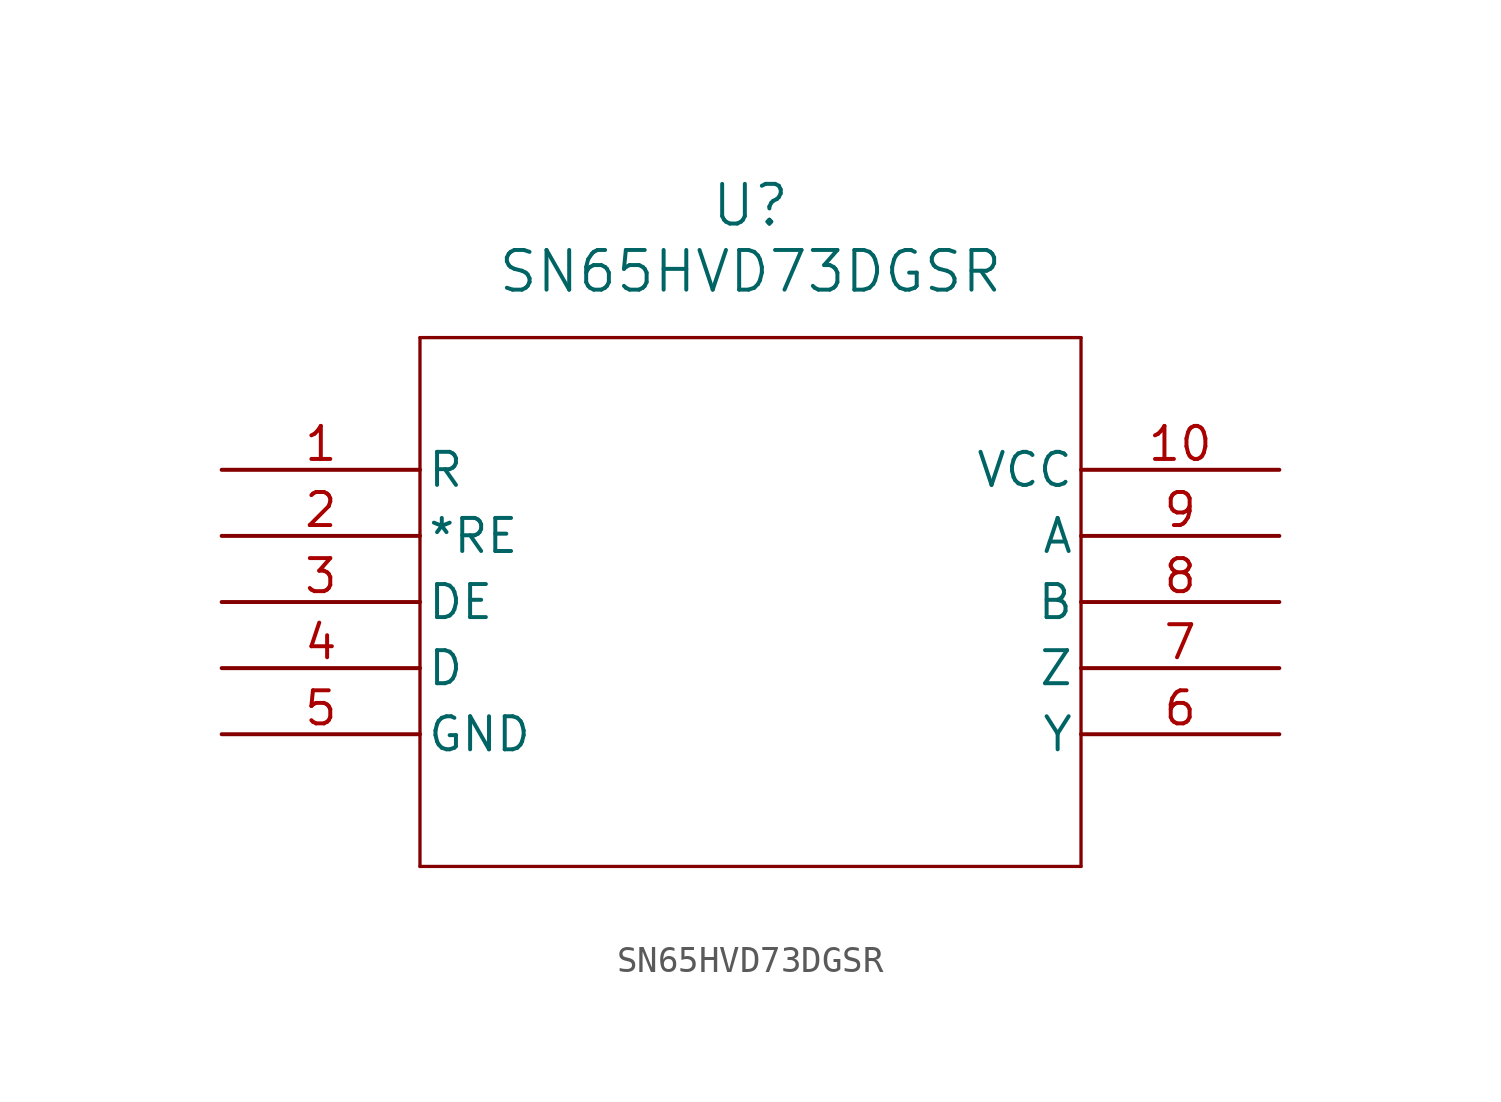
<source format=kicad_sym>
(kicad_symbol_lib
  (version 20211014)
  (generator kicad_symbol_editor)
  (symbol "SN65HVD73DGSR"
    (pin_names
      (offset 0.254))
    (property "Reference" "U"
      (at 20.32 10.16 0)
      (effects (font (size 1.524 1.524))))
    (property "Value" "SN65HVD73DGSR"
      (at 20.32 7.62 0)
      (effects (font (size 1.524 1.524))))
    (symbol "SN65HVD73DGSR_0_1"
      (polyline (pts (xy 7.62 5.08) (xy 7.62 -15.24)) (stroke (width 0.127) (type default) (color 0 0 0 0)) (fill (type none)))
      (polyline (pts (xy 7.62 -15.24) (xy 33.02 -15.24)) (stroke (width 0.127) (type default) (color 0 0 0 0)) (fill (type none)))
      (polyline (pts (xy 33.02 -15.24) (xy 33.02 5.08)) (stroke (width 0.127) (type default) (color 0 0 0 0)) (fill (type none)))
      (polyline (pts (xy 33.02 5.08) (xy 7.62 5.08)) (stroke (width 0.127) (type default) (color 0 0 0 0)) (fill (type none)))
      (pin output line (at 0 0 0) (length 7.62) (name "R" (effects (font (size 1.27 1.27)))) (number "1" (effects (font (size 1.27 1.27)))))
      (pin input line (at 0 -2.54 0) (length 7.62) (name "*RE" (effects (font (size 1.27 1.27)))) (number "2" (effects (font (size 1.27 1.27)))))
      (pin input line (at 0 -5.08 0) (length 7.62) (name "DE" (effects (font (size 1.27 1.27)))) (number "3" (effects (font (size 1.27 1.27)))))
      (pin input line (at 0 -7.62 0) (length 7.62) (name "D" (effects (font (size 1.27 1.27)))) (number "4" (effects (font (size 1.27 1.27)))))
      (pin power_in line (at 0 -10.16 0) (length 7.62) (name "GND" (effects (font (size 1.27 1.27)))) (number "5" (effects (font (size 1.27 1.27)))))
      (pin output line (at 40.64 -10.16 180) (length 7.62) (name "Y" (effects (font (size 1.27 1.27)))) (number "6" (effects (font (size 1.27 1.27)))))
      (pin output line (at 40.64 -7.62 180) (length 7.62) (name "Z" (effects (font (size 1.27 1.27)))) (number "7" (effects (font (size 1.27 1.27)))))
      (pin input line (at 40.64 -5.08 180) (length 7.62) (name "B" (effects (font (size 1.27 1.27)))) (number "8" (effects (font (size 1.27 1.27)))))
      (pin input line (at 40.64 -2.54 180) (length 7.62) (name "A" (effects (font (size 1.27 1.27)))) (number "9" (effects (font (size 1.27 1.27)))))
      (pin power_in line (at 40.64 0 180) (length 7.62) (name "VCC" (effects (font (size 1.27 1.27)))) (number "10" (effects (font (size 1.27 1.27))))))))
</source>
